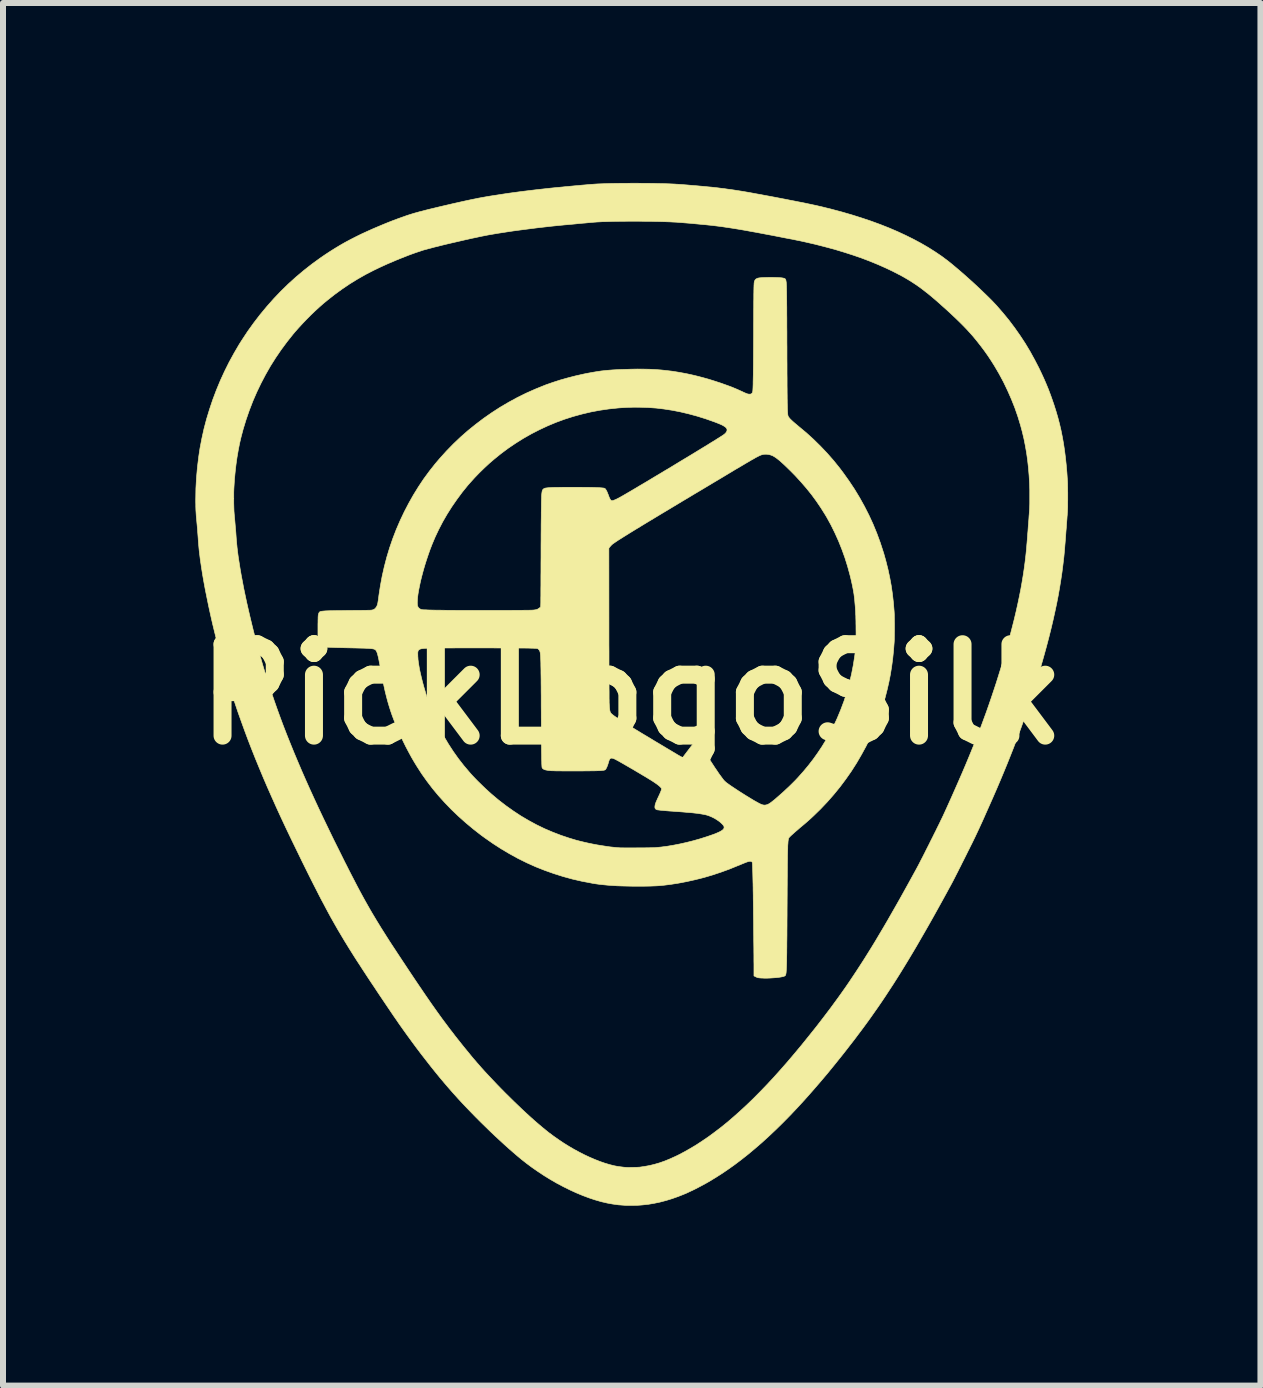
<source format=kicad_pcb>
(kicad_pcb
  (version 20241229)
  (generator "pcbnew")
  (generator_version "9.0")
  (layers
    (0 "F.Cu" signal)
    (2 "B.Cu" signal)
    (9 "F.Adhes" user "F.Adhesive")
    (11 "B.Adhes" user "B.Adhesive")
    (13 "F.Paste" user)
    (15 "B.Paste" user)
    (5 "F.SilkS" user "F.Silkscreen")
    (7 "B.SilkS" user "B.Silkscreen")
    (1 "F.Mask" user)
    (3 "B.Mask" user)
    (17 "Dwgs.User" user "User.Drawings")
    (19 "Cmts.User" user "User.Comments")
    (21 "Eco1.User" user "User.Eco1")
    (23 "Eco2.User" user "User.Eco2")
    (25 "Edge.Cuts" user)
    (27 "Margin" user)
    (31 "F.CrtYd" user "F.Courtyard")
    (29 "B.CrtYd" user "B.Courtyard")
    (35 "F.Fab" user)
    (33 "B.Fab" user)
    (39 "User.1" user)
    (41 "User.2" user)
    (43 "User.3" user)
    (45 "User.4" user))
  (footprint "PickLogoSilk"
    (layer "F.Cu")
    (at 7.482 8.525)
    (property "Reference" "PickLogoSilk" (at 0 0 0) (layer "F.SilkS") (effects (font (size 1.524 1.524) (thickness 0.3))))
    (attr through_hole)
    (fp_poly (pts (xy 0.157 -8.519) (xy 0.231 -8.519) (xy 0.304 -8.518) (xy 0.376 -8.517) (xy 0.445 -8.515) (xy 0.512 -8.514) (xy 0.576 -8.512) (xy 0.636 -8.51) (xy 0.652 -8.509) (xy 0.677 -8.508) (xy 0.701 -8.507) (xy 0.723 -8.506) (xy 0.746 -8.504) (xy 0.769 -8.503) (xy 0.794 -8.501) (xy 0.822 -8.499) (xy 0.853 -8.497) (xy 0.888 -8.494) (xy 0.928 -8.491) (xy 0.959 -8.488) (xy 1.028 -8.482) (xy 1.093 -8.477) (xy 1.155 -8.471) (xy 1.215 -8.466) (xy 1.273 -8.46) (xy 1.329 -8.455) (xy 1.384 -8.449) (xy 1.437 -8.443) (xy 1.49 -8.436) (xy 1.543 -8.43) (xy 1.597 -8.422) (xy 1.651 -8.415) (xy 1.706 -8.407) (xy 1.762 -8.398) (xy 1.821 -8.389) (xy 1.881 -8.379) (xy 1.945 -8.368) (xy 2.011 -8.356) (xy 2.081 -8.343) (xy 2.155 -8.33) (xy 2.233 -8.315) (xy 2.316 -8.3) (xy 2.405 -8.283) (xy 2.498 -8.265) (xy 2.567 -8.252) (xy 2.641 -8.237) (xy 2.71 -8.224) (xy 2.774 -8.211) (xy 2.832 -8.2) (xy 2.887 -8.189) (xy 2.938 -8.178) (xy 2.986 -8.168) (xy 3.032 -8.158) (xy 3.075 -8.149) (xy 3.117 -8.139) (xy 3.158 -8.13) (xy 3.198 -8.12) (xy 3.238 -8.11) (xy 3.279 -8.1) (xy 3.321 -8.09) (xy 3.327 -8.088) (xy 3.5 -8.042) (xy 3.669 -7.993) (xy 3.831 -7.942) (xy 3.989 -7.889) (xy 4.142 -7.833) (xy 4.289 -7.775) (xy 4.431 -7.714) (xy 4.567 -7.651) (xy 4.698 -7.586) (xy 4.823 -7.519) (xy 4.942 -7.45) (xy 5.056 -7.378) (xy 5.164 -7.305) (xy 5.266 -7.229) (xy 5.285 -7.214) (xy 5.331 -7.177) (xy 5.379 -7.137) (xy 5.43 -7.094) (xy 5.483 -7.049) (xy 5.537 -7.002) (xy 5.592 -6.953) (xy 5.648 -6.903) (xy 5.703 -6.853) (xy 5.757 -6.803) (xy 5.81 -6.753) (xy 5.861 -6.704) (xy 5.91 -6.657) (xy 5.957 -6.611) (xy 6 -6.568) (xy 6.039 -6.527) (xy 6.074 -6.49) (xy 6.084 -6.479) (xy 6.19 -6.357) (xy 6.29 -6.235) (xy 6.384 -6.11) (xy 6.474 -5.982) (xy 6.56 -5.851) (xy 6.641 -5.716) (xy 6.718 -5.576) (xy 6.785 -5.447) (xy 6.83 -5.353) (xy 6.872 -5.262) (xy 6.911 -5.172) (xy 6.948 -5.082) (xy 6.983 -4.989) (xy 7.002 -4.936) (xy 7.039 -4.829) (xy 7.073 -4.722) (xy 7.104 -4.616) (xy 7.132 -4.509) (xy 7.157 -4.402) (xy 7.179 -4.292) (xy 7.199 -4.18) (xy 7.216 -4.066) (xy 7.231 -3.948) (xy 7.244 -3.825) (xy 7.255 -3.698) (xy 7.264 -3.566) (xy 7.265 -3.551) (xy 7.266 -3.53) (xy 7.267 -3.504) (xy 7.267 -3.473) (xy 7.268 -3.439) (xy 7.268 -3.402) (xy 7.269 -3.362) (xy 7.269 -3.322) (xy 7.269 -3.281) (xy 7.269 -3.241) (xy 7.268 -3.202) (xy 7.268 -3.164) (xy 7.268 -3.13) (xy 7.267 -3.1) (xy 7.266 -3.074) (xy 7.265 -3.054) (xy 7.265 -3.051) (xy 7.264 -3.036) (xy 7.262 -3.015) (xy 7.261 -2.989) (xy 7.258 -2.959) (xy 7.256 -2.924) (xy 7.253 -2.887) (xy 7.25 -2.848) (xy 7.247 -2.806) (xy 7.244 -2.763) (xy 7.24 -2.72) (xy 7.237 -2.677) (xy 7.234 -2.635) (xy 7.231 -2.595) (xy 7.228 -2.556) (xy 7.225 -2.52) (xy 7.222 -2.488) (xy 7.22 -2.46) (xy 7.218 -2.436) (xy 7.217 -2.418) (xy 7.205 -2.292) (xy 7.19 -2.165) (xy 7.174 -2.038) (xy 7.155 -1.91) (xy 7.134 -1.78) (xy 7.111 -1.648) (xy 7.085 -1.514) (xy 7.056 -1.378) (xy 7.025 -1.238) (xy 6.991 -1.094) (xy 6.954 -0.946) (xy 6.914 -0.794) (xy 6.871 -0.638) (xy 6.838 -0.522) (xy 6.799 -0.386) (xy 6.759 -0.253) (xy 6.719 -0.122) (xy 6.679 0.007) (xy 6.637 0.134) (xy 6.595 0.261) (xy 6.552 0.387) (xy 6.507 0.513) (xy 6.461 0.64) (xy 6.413 0.767) (xy 6.364 0.896) (xy 6.312 1.027) (xy 6.259 1.16) (xy 6.203 1.296) (xy 6.145 1.435) (xy 6.084 1.578) (xy 6.02 1.725) (xy 5.953 1.876) (xy 5.9 1.995) (xy 5.878 2.045) (xy 5.858 2.09) (xy 5.839 2.132) (xy 5.821 2.171) (xy 5.804 2.208) (xy 5.788 2.243) (xy 5.772 2.277) (xy 5.756 2.311) (xy 5.74 2.345) (xy 5.724 2.379) (xy 5.707 2.414) (xy 5.689 2.451) (xy 5.67 2.49) (xy 5.649 2.531) (xy 5.627 2.576) (xy 5.602 2.625) (xy 5.576 2.678) (xy 5.547 2.736) (xy 5.534 2.762) (xy 5.506 2.817) (xy 5.482 2.866) (xy 5.459 2.91) (xy 5.439 2.951) (xy 5.42 2.988) (xy 5.403 3.021) (xy 5.387 3.053) (xy 5.372 3.082) (xy 5.358 3.109) (xy 5.344 3.136) (xy 5.33 3.162) (xy 5.316 3.188) (xy 5.301 3.215) (xy 5.286 3.242) (xy 5.27 3.272) (xy 5.263 3.285) (xy 5.183 3.431) (xy 5.105 3.572) (xy 5.03 3.707) (xy 4.956 3.838) (xy 4.884 3.964) (xy 4.814 4.085) (xy 4.746 4.203) (xy 4.679 4.316) (xy 4.613 4.426) (xy 4.548 4.533) (xy 4.484 4.637) (xy 4.42 4.739) (xy 4.357 4.838) (xy 4.294 4.934) (xy 4.232 5.029) (xy 4.169 5.123) (xy 4.106 5.215) (xy 4.042 5.306) (xy 3.978 5.397) (xy 3.913 5.487) (xy 3.847 5.577) (xy 3.779 5.667) (xy 3.711 5.758) (xy 3.64 5.849) (xy 3.568 5.942) (xy 3.517 6.007) (xy 3.387 6.169) (xy 3.259 6.326) (xy 3.132 6.476) (xy 3.007 6.62) (xy 2.884 6.759) (xy 2.762 6.892) (xy 2.641 7.02) (xy 2.521 7.142) (xy 2.403 7.258) (xy 2.285 7.369) (xy 2.169 7.475) (xy 2.053 7.575) (xy 1.938 7.671) (xy 1.824 7.761) (xy 1.71 7.847) (xy 1.597 7.927) (xy 1.484 8.003) (xy 1.371 8.074) (xy 1.259 8.141) (xy 1.147 8.202) (xy 1.045 8.255) (xy 0.981 8.285) (xy 0.922 8.313) (xy 0.863 8.338) (xy 0.805 8.361) (xy 0.746 8.383) (xy 0.684 8.405) (xy 0.676 8.408) (xy 0.575 8.439) (xy 0.476 8.465) (xy 0.377 8.486) (xy 0.278 8.503) (xy 0.177 8.514) (xy 0.124 8.518) (xy 0.109 8.519) (xy 0.09 8.52) (xy 0.066 8.52) (xy 0.039 8.521) (xy 0.011 8.521) (xy -0.018 8.521) (xy -0.046 8.521) (xy -0.072 8.521) (xy -0.096 8.521) (xy -0.115 8.52) (xy -0.127 8.519) (xy -0.222 8.512) (xy -0.316 8.499) (xy -0.41 8.482) (xy -0.505 8.46) (xy -0.602 8.432) (xy -0.61 8.43) (xy -0.712 8.396) (xy -0.816 8.357) (xy -0.922 8.313) (xy -1.029 8.264) (xy -1.136 8.211) (xy -1.244 8.154) (xy -1.35 8.093) (xy -1.456 8.028) (xy -1.559 7.96) (xy -1.66 7.89) (xy -1.758 7.817) (xy -1.773 7.805) (xy -1.837 7.755) (xy -1.903 7.7) (xy -1.973 7.64) (xy -2.045 7.577) (xy -2.12 7.51) (xy -2.196 7.44) (xy -2.274 7.368) (xy -2.353 7.293) (xy -2.432 7.216) (xy -2.512 7.138) (xy -2.591 7.059) (xy -2.669 6.979) (xy -2.747 6.898) (xy -2.823 6.818) (xy -2.897 6.738) (xy -2.968 6.659) (xy -2.985 6.64) (xy -3.054 6.561) (xy -3.126 6.477) (xy -3.2 6.389) (xy -3.275 6.297) (xy -3.352 6.201) (xy -3.429 6.102) (xy -3.507 6.002) (xy -3.585 5.899) (xy -3.661 5.796) (xy -3.737 5.692) (xy -3.811 5.589) (xy -3.879 5.493) (xy -3.917 5.437) (xy -3.959 5.377) (xy -4.003 5.312) (xy -4.049 5.244) (xy -4.097 5.173) (xy -4.146 5.1) (xy -4.196 5.026) (xy -4.246 4.951) (xy -4.296 4.875) (xy -4.346 4.801) (xy -4.395 4.727) (xy -4.442 4.655) (xy -4.488 4.585) (xy -4.531 4.518) (xy -4.572 4.456) (xy -4.583 4.439) (xy -4.627 4.37) (xy -4.669 4.303) (xy -4.71 4.238) (xy -4.75 4.173) (xy -4.79 4.108) (xy -4.828 4.044) (xy -4.866 3.98) (xy -4.904 3.916) (xy -4.941 3.851) (xy -4.979 3.784) (xy -5.017 3.717) (xy -5.055 3.647) (xy -5.093 3.576) (xy -5.132 3.502) (xy -5.173 3.426) (xy -5.214 3.347) (xy -5.256 3.264) (xy -5.3 3.178) (xy -5.346 3.087) (xy -5.393 2.993) (xy -5.442 2.894) (xy -5.494 2.789) (xy -5.547 2.68) (xy -5.582 2.608) (xy -5.673 2.421) (xy -5.76 2.239) (xy -5.843 2.062) (xy -5.923 1.888) (xy -5.999 1.718) (xy -6.073 1.551) (xy -6.143 1.388) (xy -6.21 1.227) (xy -6.275 1.069) (xy -6.337 0.913) (xy -6.397 0.758) (xy -6.454 0.605) (xy -6.509 0.453) (xy -6.563 0.302) (xy -6.614 0.151) (xy -6.663 0.000272) (xy -6.711 -0.151) (xy -6.732 -0.221) (xy -6.772 -0.354) (xy -6.811 -0.491) (xy -6.85 -0.629) (xy -6.887 -0.77) (xy -6.923 -0.911) (xy -6.958 -1.052) (xy -6.992 -1.193) (xy -7.024 -1.334) (xy -7.054 -1.472) (xy -7.082 -1.609) (xy -7.109 -1.742) (xy -7.133 -1.872) (xy -7.155 -1.998) (xy -7.174 -2.119) (xy -7.183 -2.18) (xy -7.19 -2.227) (xy -7.196 -2.272) (xy -7.201 -2.314) (xy -7.206 -2.354) (xy -7.211 -2.395) (xy -7.215 -2.437) (xy -7.219 -2.481) (xy -7.223 -2.529) (xy -7.227 -2.581) (xy -7.228 -2.599) (xy -7.231 -2.64) (xy -7.234 -2.678) (xy -7.237 -2.713) (xy -7.239 -2.746) (xy -7.242 -2.78) (xy -7.245 -2.816) (xy -7.249 -2.856) (xy -7.253 -2.9) (xy -7.253 -2.9) (xy -7.257 -2.94) (xy -7.26 -2.976) (xy -7.262 -3.008) (xy -7.264 -3.039) (xy -7.266 -3.069) (xy -7.267 -3.099) (xy -7.268 -3.13) (xy -7.268 -3.164) (xy -7.269 -3.202) (xy -7.269 -3.246) (xy -7.269 -3.253) (xy -7.268 -3.298) (xy -6.635 -3.298) (xy -6.635 -3.26) (xy -6.635 -3.222) (xy -6.635 -3.184) (xy -6.634 -3.147) (xy -6.633 -3.112) (xy -6.632 -3.08) (xy -6.631 -3.052) (xy -6.629 -3.028) (xy -6.628 -3.013) (xy -6.619 -2.916) (xy -6.611 -2.822) (xy -6.603 -2.732) (xy -6.599 -2.681) (xy -6.596 -2.636) (xy -6.593 -2.596) (xy -6.59 -2.561) (xy -6.587 -2.53) (xy -6.585 -2.502) (xy -6.582 -2.476) (xy -6.58 -2.451) (xy -6.577 -2.427) (xy -6.574 -2.402) (xy -6.572 -2.383) (xy -6.56 -2.292) (xy -6.545 -2.196) (xy -6.529 -2.095) (xy -6.511 -1.99) (xy -6.49 -1.88) (xy -6.469 -1.768) (xy -6.445 -1.653) (xy -6.42 -1.535) (xy -6.393 -1.416) (xy -6.365 -1.296) (xy -6.336 -1.175) (xy -6.306 -1.053) (xy -6.275 -0.932) (xy -6.243 -0.813) (xy -6.211 -0.694) (xy -6.18 -0.586) (xy -6.14 -0.448) (xy -6.097 -0.31) (xy -6.054 -0.172) (xy -6.008 -0.034) (xy -5.961 0.105) (xy -5.912 0.244) (xy -5.861 0.385) (xy -5.808 0.527) (xy -5.752 0.671) (xy -5.694 0.816) (xy -5.634 0.964) (xy -5.571 1.114) (xy -5.506 1.267) (xy -5.438 1.422) (xy -5.367 1.581) (xy -5.293 1.743) (xy -5.216 1.909) (xy -5.136 2.078) (xy -5.052 2.252) (xy -4.966 2.43) (xy -4.875 2.612) (xy -4.782 2.8) (xy -4.756 2.85) (xy -4.716 2.93) (xy -4.677 3.006) (xy -4.639 3.079) (xy -4.603 3.149) (xy -4.568 3.216) (xy -4.533 3.282) (xy -4.499 3.345) (xy -4.465 3.407) (xy -4.431 3.468) (xy -4.397 3.528) (xy -4.363 3.588) (xy -4.328 3.648) (xy -4.292 3.708) (xy -4.255 3.77) (xy -4.217 3.832) (xy -4.178 3.896) (xy -4.136 3.962) (xy -4.093 4.03) (xy -4.048 4.101) (xy -4 4.175) (xy -3.949 4.252) (xy -3.896 4.333) (xy -3.84 4.418) (xy -3.78 4.508) (xy -3.736 4.575) (xy -3.672 4.671) (xy -3.611 4.762) (xy -3.553 4.848) (xy -3.498 4.929) (xy -3.445 5.007) (xy -3.394 5.081) (xy -3.345 5.152) (xy -3.297 5.22) (xy -3.251 5.285) (xy -3.205 5.349) (xy -3.161 5.41) (xy -3.116 5.47) (xy -3.072 5.529) (xy -3.029 5.587) (xy -2.984 5.644) (xy -2.94 5.702) (xy -2.894 5.76) (xy -2.847 5.819) (xy -2.8 5.878) (xy -2.75 5.939) (xy -2.717 5.979) (xy -2.687 6.016) (xy -2.66 6.049) (xy -2.635 6.079) (xy -2.61 6.107) (xy -2.586 6.136) (xy -2.56 6.165) (xy -2.532 6.197) (xy -2.515 6.217) (xy -2.452 6.287) (xy -2.386 6.358) (xy -2.318 6.43) (xy -2.249 6.503) (xy -2.178 6.576) (xy -2.107 6.648) (xy -2.035 6.719) (xy -1.963 6.79) (xy -1.891 6.859) (xy -1.821 6.926) (xy -1.751 6.991) (xy -1.683 7.053) (xy -1.617 7.112) (xy -1.553 7.167) (xy -1.492 7.219) (xy -1.434 7.266) (xy -1.386 7.305) (xy -1.304 7.366) (xy -1.22 7.425) (xy -1.135 7.482) (xy -1.048 7.536) (xy -0.961 7.587) (xy -0.874 7.634) (xy -0.786 7.679) (xy -0.7 7.719) (xy -0.614 7.756) (xy -0.53 7.789) (xy -0.449 7.817) (xy -0.369 7.841) (xy -0.293 7.86) (xy -0.247 7.869) (xy -0.222 7.873) (xy -0.192 7.877) (xy -0.16 7.881) (xy -0.128 7.885) (xy -0.098 7.887) (xy -0.09 7.888) (xy -0.078 7.888) (xy -0.061 7.889) (xy -0.039 7.889) (xy -0.015 7.888) (xy 0.011 7.888) (xy 0.037 7.887) (xy 0.062 7.887) (xy 0.086 7.886) (xy 0.106 7.885) (xy 0.121 7.884) (xy 0.129 7.884) (xy 0.212 7.872) (xy 0.295 7.857) (xy 0.378 7.837) (xy 0.461 7.813) (xy 0.544 7.784) (xy 0.63 7.749) (xy 0.717 7.71) (xy 0.772 7.684) (xy 0.873 7.631) (xy 0.974 7.574) (xy 1.076 7.513) (xy 1.178 7.446) (xy 1.281 7.376) (xy 1.384 7.3) (xy 1.489 7.22) (xy 1.594 7.135) (xy 1.7 7.044) (xy 1.807 6.949) (xy 1.915 6.849) (xy 2.025 6.743) (xy 2.135 6.632) (xy 2.247 6.516) (xy 2.36 6.395) (xy 2.475 6.267) (xy 2.591 6.135) (xy 2.709 5.996) (xy 2.829 5.852) (xy 2.95 5.702) (xy 3.074 5.547) (xy 3.186 5.402) (xy 3.252 5.315) (xy 3.317 5.229) (xy 3.38 5.143) (xy 3.443 5.057) (xy 3.505 4.97) (xy 3.567 4.882) (xy 3.628 4.793) (xy 3.689 4.702) (xy 3.75 4.61) (xy 3.811 4.516) (xy 3.873 4.42) (xy 3.935 4.321) (xy 3.998 4.22) (xy 4.062 4.115) (xy 4.126 4.007) (xy 4.192 3.896) (xy 4.26 3.78) (xy 4.328 3.661) (xy 4.399 3.537) (xy 4.472 3.408) (xy 4.546 3.275) (xy 4.623 3.136) (xy 4.702 2.992) (xy 4.706 2.985) (xy 4.723 2.954) (xy 4.739 2.925) (xy 4.754 2.897) (xy 4.769 2.869) (xy 4.784 2.841) (xy 4.799 2.812) (xy 4.814 2.782) (xy 4.83 2.751) (xy 4.848 2.717) (xy 4.866 2.681) (xy 4.886 2.642) (xy 4.907 2.599) (xy 4.931 2.552) (xy 4.957 2.501) (xy 4.985 2.444) (xy 4.991 2.432) (xy 5.019 2.377) (xy 5.044 2.326) (xy 5.067 2.281) (xy 5.087 2.239) (xy 5.106 2.201) (xy 5.123 2.167) (xy 5.139 2.134) (xy 5.153 2.104) (xy 5.167 2.076) (xy 5.18 2.049) (xy 5.193 2.022) (xy 5.205 1.995) (xy 5.218 1.968) (xy 5.23 1.94) (xy 5.244 1.911) (xy 5.251 1.895) (xy 5.32 1.742) (xy 5.386 1.593) (xy 5.449 1.45) (xy 5.51 1.31) (xy 5.568 1.174) (xy 5.623 1.042) (xy 5.676 0.912) (xy 5.727 0.786) (xy 5.776 0.661) (xy 5.823 0.539) (xy 5.868 0.417) (xy 5.912 0.297) (xy 5.954 0.177) (xy 5.995 0.058) (xy 6.035 -0.062) (xy 6.075 -0.183) (xy 6.113 -0.304) (xy 6.151 -0.427) (xy 6.188 -0.552) (xy 6.225 -0.679) (xy 6.226 -0.684) (xy 6.268 -0.833) (xy 6.307 -0.976) (xy 6.343 -1.115) (xy 6.377 -1.249) (xy 6.408 -1.379) (xy 6.436 -1.505) (xy 6.462 -1.628) (xy 6.486 -1.748) (xy 6.507 -1.866) (xy 6.526 -1.981) (xy 6.543 -2.095) (xy 6.558 -2.207) (xy 6.571 -2.319) (xy 6.582 -2.424) (xy 6.583 -2.441) (xy 6.585 -2.463) (xy 6.587 -2.491) (xy 6.59 -2.522) (xy 6.593 -2.558) (xy 6.596 -2.596) (xy 6.599 -2.636) (xy 6.602 -2.679) (xy 6.606 -2.722) (xy 6.609 -2.766) (xy 6.612 -2.81) (xy 6.616 -2.853) (xy 6.619 -2.895) (xy 6.622 -2.934) (xy 6.624 -2.971) (xy 6.627 -3.005) (xy 6.629 -3.035) (xy 6.631 -3.06) (xy 6.632 -3.08) (xy 6.633 -3.091) (xy 6.634 -3.114) (xy 6.635 -3.142) (xy 6.636 -3.175) (xy 6.636 -3.211) (xy 6.636 -3.25) (xy 6.636 -3.29) (xy 6.636 -3.33) (xy 6.636 -3.37) (xy 6.636 -3.408) (xy 6.635 -3.444) (xy 6.634 -3.477) (xy 6.633 -3.505) (xy 6.633 -3.51) (xy 6.625 -3.646) (xy 6.614 -3.777) (xy 6.6 -3.903) (xy 6.583 -4.025) (xy 6.562 -4.144) (xy 6.539 -4.26) (xy 6.512 -4.374) (xy 6.484 -4.478) (xy 6.439 -4.627) (xy 6.388 -4.774) (xy 6.33 -4.92) (xy 6.267 -5.063) (xy 6.199 -5.205) (xy 6.125 -5.343) (xy 6.046 -5.478) (xy 6 -5.551) (xy 5.942 -5.639) (xy 5.88 -5.727) (xy 5.815 -5.813) (xy 5.749 -5.897) (xy 5.687 -5.972) (xy 5.638 -6.027) (xy 5.585 -6.085) (xy 5.528 -6.144) (xy 5.466 -6.206) (xy 5.399 -6.271) (xy 5.327 -6.339) (xy 5.25 -6.41) (xy 5.168 -6.483) (xy 5.134 -6.514) (xy 5.07 -6.57) (xy 5.009 -6.622) (xy 4.951 -6.67) (xy 4.895 -6.714) (xy 4.841 -6.756) (xy 4.788 -6.795) (xy 4.736 -6.831) (xy 4.683 -6.866) (xy 4.629 -6.9) (xy 4.574 -6.933) (xy 4.517 -6.966) (xy 4.456 -6.998) (xy 4.392 -7.031) (xy 4.356 -7.05) (xy 4.234 -7.108) (xy 4.105 -7.165) (xy 3.971 -7.22) (xy 3.832 -7.273) (xy 3.687 -7.323) (xy 3.537 -7.371) (xy 3.382 -7.418) (xy 3.221 -7.461) (xy 3.057 -7.503) (xy 2.887 -7.542) (xy 2.815 -7.558) (xy 2.8 -7.561) (xy 2.786 -7.564) (xy 2.77 -7.567) (xy 2.754 -7.57) (xy 2.736 -7.574) (xy 2.715 -7.578) (xy 2.693 -7.583) (xy 2.668 -7.588) (xy 2.639 -7.593) (xy 2.607 -7.599) (xy 2.571 -7.606) (xy 2.53 -7.614) (xy 2.485 -7.623) (xy 2.434 -7.633) (xy 2.378 -7.644) (xy 2.353 -7.649) (xy 2.251 -7.668) (xy 2.156 -7.686) (xy 2.066 -7.703) (xy 1.981 -7.718) (xy 1.901 -7.733) (xy 1.826 -7.746) (xy 1.754 -7.758) (xy 1.686 -7.769) (xy 1.621 -7.779) (xy 1.559 -7.788) (xy 1.5 -7.797) (xy 1.443 -7.804) (xy 1.388 -7.811) (xy 1.354 -7.815) (xy 1.319 -7.819) (xy 1.278 -7.823) (xy 1.234 -7.828) (xy 1.185 -7.832) (xy 1.135 -7.837) (xy 1.082 -7.842) (xy 1.03 -7.847) (xy 0.977 -7.852) (xy 0.926 -7.856) (xy 0.876 -7.86) (xy 0.83 -7.864) (xy 0.788 -7.867) (xy 0.751 -7.87) (xy 0.735 -7.871) (xy 0.687 -7.873) (xy 0.635 -7.876) (xy 0.578 -7.878) (xy 0.518 -7.88) (xy 0.454 -7.882) (xy 0.387 -7.883) (xy 0.318 -7.885) (xy 0.248 -7.885) (xy 0.176 -7.886) (xy 0.104 -7.887) (xy 0.032 -7.887) (xy -0.04 -7.887) (xy -0.111 -7.886) (xy -0.181 -7.886) (xy -0.248 -7.885) (xy -0.313 -7.884) (xy -0.374 -7.882) (xy -0.432 -7.88) (xy -0.486 -7.879) (xy -0.536 -7.876) (xy -0.58 -7.874) (xy -0.618 -7.871) (xy -0.622 -7.871) (xy -0.643 -7.869) (xy -0.669 -7.867) (xy -0.7 -7.864) (xy -0.735 -7.861) (xy -0.773 -7.857) (xy -0.814 -7.854) (xy -0.857 -7.85) (xy -0.901 -7.846) (xy -0.946 -7.841) (xy -0.99 -7.837) (xy -1.034 -7.833) (xy -1.076 -7.829) (xy -1.116 -7.826) (xy -1.153 -7.822) (xy -1.187 -7.819) (xy -1.216 -7.816) (xy -1.24 -7.814) (xy -1.257 -7.812) (xy -1.362 -7.801) (xy -1.467 -7.789) (xy -1.572 -7.777) (xy -1.675 -7.764) (xy -1.776 -7.751) (xy -1.876 -7.738) (xy -1.972 -7.725) (xy -2.066 -7.711) (xy -2.156 -7.697) (xy -2.241 -7.684) (xy -2.322 -7.67) (xy -2.397 -7.657) (xy -2.457 -7.645) (xy -2.504 -7.636) (xy -2.555 -7.625) (xy -2.61 -7.613) (xy -2.669 -7.601) (xy -2.73 -7.587) (xy -2.793 -7.573) (xy -2.858 -7.558) (xy -2.923 -7.543) (xy -2.988 -7.528) (xy -3.053 -7.513) (xy -3.116 -7.498) (xy -3.177 -7.483) (xy -3.235 -7.468) (xy -3.29 -7.455) (xy -3.341 -7.441) (xy -3.387 -7.429) (xy -3.427 -7.418) (xy -3.433 -7.417) (xy -3.482 -7.403) (xy -3.535 -7.385) (xy -3.593 -7.366) (xy -3.655 -7.344) (xy -3.72 -7.32) (xy -3.786 -7.294) (xy -3.855 -7.267) (xy -3.924 -7.239) (xy -3.993 -7.209) (xy -4.063 -7.18) (xy -4.131 -7.149) (xy -4.197 -7.119) (xy -4.261 -7.088) (xy -4.297 -7.071) (xy -4.435 -7) (xy -4.57 -6.923) (xy -4.703 -6.841) (xy -4.833 -6.753) (xy -4.959 -6.661) (xy -5.08 -6.565) (xy -5.141 -6.515) (xy -5.21 -6.454) (xy -5.281 -6.389) (xy -5.352 -6.321) (xy -5.422 -6.25) (xy -5.49 -6.179) (xy -5.556 -6.107) (xy -5.618 -6.037) (xy -5.647 -6.002) (xy -5.748 -5.875) (xy -5.845 -5.744) (xy -5.937 -5.609) (xy -6.024 -5.471) (xy -6.105 -5.329) (xy -6.181 -5.184) (xy -6.252 -5.036) (xy -6.317 -4.886) (xy -6.376 -4.733) (xy -6.43 -4.577) (xy -6.478 -4.42) (xy -6.513 -4.288) (xy -6.538 -4.181) (xy -6.56 -4.068) (xy -6.58 -3.952) (xy -6.597 -3.832) (xy -6.611 -3.709) (xy -6.623 -3.585) (xy -6.631 -3.459) (xy -6.633 -3.425) (xy -6.634 -3.399) (xy -6.635 -3.368) (xy -6.635 -3.334) (xy -6.635 -3.298) (xy -7.268 -3.298) (xy -7.266 -3.432) (xy -7.256 -3.61) (xy -7.24 -3.789) (xy -7.218 -3.968) (xy -7.198 -4.101) (xy -7.167 -4.263) (xy -7.131 -4.426) (xy -7.088 -4.589) (xy -7.039 -4.75) (xy -6.985 -4.911) (xy -6.925 -5.07) (xy -6.86 -5.227) (xy -6.789 -5.382) (xy -6.713 -5.535) (xy -6.631 -5.685) (xy -6.545 -5.832) (xy -6.5 -5.903) (xy -6.404 -6.049) (xy -6.302 -6.191) (xy -6.196 -6.329) (xy -6.085 -6.463) (xy -5.97 -6.593) (xy -5.851 -6.718) (xy -5.727 -6.839) (xy -5.599 -6.955) (xy -5.467 -7.066) (xy -5.332 -7.172) (xy -5.193 -7.273) (xy -5.11 -7.33) (xy -5.026 -7.385) (xy -4.943 -7.437) (xy -4.86 -7.487) (xy -4.776 -7.535) (xy -4.69 -7.581) (xy -4.602 -7.626) (xy -4.511 -7.671) (xy -4.415 -7.715) (xy -4.315 -7.76) (xy -4.242 -7.791) (xy -4.152 -7.829) (xy -4.064 -7.865) (xy -3.98 -7.898) (xy -3.899 -7.928) (xy -3.821 -7.956) (xy -3.748 -7.982) (xy -3.679 -8.004) (xy -3.616 -8.023) (xy -3.586 -8.031) (xy -3.54 -8.044) (xy -3.488 -8.057) (xy -3.432 -8.072) (xy -3.372 -8.087) (xy -3.309 -8.102) (xy -3.243 -8.118) (xy -3.176 -8.134) (xy -3.107 -8.15) (xy -3.038 -8.166) (xy -2.97 -8.182) (xy -2.902 -8.197) (xy -2.836 -8.212) (xy -2.773 -8.226) (xy -2.712 -8.239) (xy -2.656 -8.251) (xy -2.604 -8.261) (xy -2.557 -8.271) (xy -2.54 -8.274) (xy -2.452 -8.29) (xy -2.359 -8.306) (xy -2.261 -8.321) (xy -2.159 -8.337) (xy -2.052 -8.353) (xy -1.942 -8.368) (xy -1.83 -8.383) (xy -1.715 -8.397) (xy -1.599 -8.411) (xy -1.482 -8.424) (xy -1.365 -8.437) (xy -1.248 -8.449) (xy -1.235 -8.45) (xy -1.211 -8.452) (xy -1.182 -8.455) (xy -1.149 -8.458) (xy -1.113 -8.462) (xy -1.075 -8.465) (xy -1.035 -8.469) (xy -0.994 -8.473) (xy -0.952 -8.477) (xy -0.911 -8.48) (xy -0.87 -8.484) (xy -0.831 -8.488) (xy -0.794 -8.491) (xy -0.76 -8.494) (xy -0.73 -8.497) (xy -0.703 -8.499) (xy -0.682 -8.501) (xy -0.665 -8.502) (xy -0.662 -8.502) (xy -0.622 -8.505) (xy -0.577 -8.508) (xy -0.526 -8.51) (xy -0.471 -8.512) (xy -0.411 -8.514) (xy -0.347 -8.516) (xy -0.281 -8.517) (xy -0.211 -8.518) (xy -0.14 -8.519) (xy -0.067 -8.519) (xy 0.007 -8.52) (xy 0.082 -8.52) (xy 0.157 -8.519)) (stroke (width 0.01) (type solid)) (fill yes) (layer "F.SilkS"))
    (fp_poly (pts (xy 2.352 -6.95) (xy 2.387 -6.949) (xy 2.42 -6.948) (xy 2.45 -6.947) (xy 2.478 -6.945) (xy 2.501 -6.943) (xy 2.52 -6.94) (xy 2.524 -6.939) (xy 2.541 -6.935) (xy 2.553 -6.93) (xy 2.561 -6.923) (xy 2.567 -6.913) (xy 2.571 -6.899) (xy 2.574 -6.88) (xy 2.575 -6.876) (xy 2.576 -6.868) (xy 2.577 -6.858) (xy 2.577 -6.847) (xy 2.578 -6.834) (xy 2.579 -6.818) (xy 2.58 -6.801) (xy 2.58 -6.781) (xy 2.581 -6.758) (xy 2.581 -6.733) (xy 2.582 -6.704) (xy 2.582 -6.672) (xy 2.583 -6.637) (xy 2.583 -6.598) (xy 2.584 -6.555) (xy 2.584 -6.508) (xy 2.585 -6.456) (xy 2.585 -6.4) (xy 2.585 -6.339) (xy 2.586 -6.274) (xy 2.586 -6.203) (xy 2.586 -6.127) (xy 2.587 -6.045) (xy 2.587 -5.957) (xy 2.587 -5.864) (xy 2.588 -5.791) (xy 2.588 -5.69) (xy 2.588 -5.595) (xy 2.589 -5.506) (xy 2.589 -5.423) (xy 2.589 -5.345) (xy 2.59 -5.272) (xy 2.59 -5.205) (xy 2.59 -5.143) (xy 2.591 -5.085) (xy 2.591 -5.033) (xy 2.592 -4.984) (xy 2.592 -4.94) (xy 2.593 -4.899) (xy 2.593 -4.863) (xy 2.594 -4.83) (xy 2.595 -4.8) (xy 2.595 -4.774) (xy 2.596 -4.75) (xy 2.597 -4.729) (xy 2.598 -4.711) (xy 2.599 -4.696) (xy 2.6 -4.682) (xy 2.601 -4.671) (xy 2.602 -4.661) (xy 2.604 -4.653) (xy 2.605 -4.646) (xy 2.606 -4.641) (xy 2.608 -4.637) (xy 2.609 -4.633) (xy 2.618 -4.62) (xy 2.63 -4.604) (xy 2.646 -4.586) (xy 2.667 -4.566) (xy 2.692 -4.543) (xy 2.722 -4.517) (xy 2.757 -4.488) (xy 2.785 -4.464) (xy 2.91 -4.36) (xy 3.03 -4.251) (xy 3.146 -4.137) (xy 3.258 -4.019) (xy 3.366 -3.896) (xy 3.469 -3.768) (xy 3.524 -3.695) (xy 3.621 -3.559) (xy 3.713 -3.421) (xy 3.799 -3.279) (xy 3.879 -3.135) (xy 3.954 -2.988) (xy 4.023 -2.838) (xy 4.086 -2.685) (xy 4.143 -2.53) (xy 4.194 -2.373) (xy 4.201 -2.352) (xy 4.239 -2.216) (xy 4.273 -2.08) (xy 4.302 -1.944) (xy 4.327 -1.808) (xy 4.347 -1.669) (xy 4.363 -1.527) (xy 4.375 -1.382) (xy 4.376 -1.367) (xy 4.377 -1.347) (xy 4.378 -1.321) (xy 4.378 -1.291) (xy 4.379 -1.257) (xy 4.379 -1.22) (xy 4.38 -1.181) (xy 4.38 -1.14) (xy 4.38 -1.099) (xy 4.38 -1.059) (xy 4.379 -1.02) (xy 4.379 -0.983) (xy 4.378 -0.949) (xy 4.378 -0.918) (xy 4.377 -0.892) (xy 4.376 -0.872) (xy 4.376 -0.872) (xy 4.365 -0.729) (xy 4.351 -0.592) (xy 4.333 -0.458) (xy 4.312 -0.328) (xy 4.287 -0.2) (xy 4.258 -0.074) (xy 4.226 0.051) (xy 4.189 0.176) (xy 4.163 0.257) (xy 4.108 0.412) (xy 4.047 0.564) (xy 3.981 0.713) (xy 3.91 0.86) (xy 3.832 1.003) (xy 3.75 1.144) (xy 3.662 1.282) (xy 3.569 1.415) (xy 3.471 1.546) (xy 3.368 1.672) (xy 3.26 1.795) (xy 3.148 1.913) (xy 3.031 2.027) (xy 2.987 2.068) (xy 2.957 2.095) (xy 2.923 2.125) (xy 2.885 2.158) (xy 2.842 2.194) (xy 2.808 2.222) (xy 2.784 2.243) (xy 2.759 2.265) (xy 2.734 2.286) (xy 2.71 2.307) (xy 2.688 2.327) (xy 2.668 2.345) (xy 2.651 2.36) (xy 2.639 2.373) (xy 2.636 2.375) (xy 2.626 2.386) (xy 2.62 2.394) (xy 2.616 2.401) (xy 2.613 2.41) (xy 2.612 2.418) (xy 2.61 2.426) (xy 2.609 2.436) (xy 2.607 2.447) (xy 2.606 2.461) (xy 2.605 2.476) (xy 2.604 2.493) (xy 2.602 2.513) (xy 2.601 2.536) (xy 2.601 2.562) (xy 2.6 2.59) (xy 2.599 2.622) (xy 2.598 2.657) (xy 2.597 2.696) (xy 2.597 2.739) (xy 2.596 2.787) (xy 2.595 2.838) (xy 2.595 2.894) (xy 2.594 2.955) (xy 2.594 3.021) (xy 2.593 3.092) (xy 2.593 3.168) (xy 2.592 3.25) (xy 2.592 3.338) (xy 2.591 3.432) (xy 2.591 3.485) (xy 2.59 3.588) (xy 2.59 3.685) (xy 2.589 3.776) (xy 2.589 3.862) (xy 2.588 3.941) (xy 2.588 4.016) (xy 2.587 4.085) (xy 2.586 4.149) (xy 2.586 4.208) (xy 2.585 4.263) (xy 2.585 4.313) (xy 2.584 4.359) (xy 2.583 4.401) (xy 2.583 4.439) (xy 2.582 4.474) (xy 2.581 4.505) (xy 2.58 4.532) (xy 2.579 4.557) (xy 2.578 4.578) (xy 2.577 4.597) (xy 2.576 4.613) (xy 2.575 4.627) (xy 2.574 4.639) (xy 2.573 4.649) (xy 2.571 4.656) (xy 2.568 4.673) (xy 2.563 4.685) (xy 2.556 4.693) (xy 2.546 4.699) (xy 2.544 4.699) (xy 2.528 4.705) (xy 2.506 4.71) (xy 2.479 4.715) (xy 2.446 4.72) (xy 2.409 4.724) (xy 2.368 4.727) (xy 2.323 4.73) (xy 2.307 4.731) (xy 2.28 4.732) (xy 2.258 4.733) (xy 2.24 4.733) (xy 2.224 4.733) (xy 2.209 4.733) (xy 2.193 4.732) (xy 2.176 4.731) (xy 2.16 4.731) (xy 2.136 4.729) (xy 2.118 4.727) (xy 2.102 4.724) (xy 2.089 4.72) (xy 2.076 4.714) (xy 2.063 4.708) (xy 2.038 4.695) (xy 2.038 4.63) (xy 2.038 4.605) (xy 2.038 4.574) (xy 2.038 4.538) (xy 2.038 4.497) (xy 2.037 4.452) (xy 2.037 4.402) (xy 2.037 4.348) (xy 2.036 4.292) (xy 2.036 4.232) (xy 2.035 4.17) (xy 2.034 4.106) (xy 2.034 4.041) (xy 2.033 3.975) (xy 2.032 3.908) (xy 2.032 3.841) (xy 2.031 3.774) (xy 2.03 3.708) (xy 2.029 3.643) (xy 2.029 3.58) (xy 2.028 3.519) (xy 2.027 3.461) (xy 2.026 3.405) (xy 2.026 3.353) (xy 2.025 3.305) (xy 2.024 3.261) (xy 2.024 3.221) (xy 2.023 3.187) (xy 2.023 3.159) (xy 2.022 3.146) (xy 2.021 3.102) (xy 2.02 3.059) (xy 2.019 3.018) (xy 2.018 2.979) (xy 2.017 2.942) (xy 2.016 2.909) (xy 2.015 2.88) (xy 2.014 2.854) (xy 2.013 2.834) (xy 2.012 2.818) (xy 2.011 2.808) (xy 2.01 2.804) (xy 2.004 2.794) (xy 1.994 2.787) (xy 1.979 2.784) (xy 1.976 2.784) (xy 1.968 2.784) (xy 1.959 2.786) (xy 1.949 2.788) (xy 1.937 2.791) (xy 1.922 2.796) (xy 1.905 2.802) (xy 1.885 2.81) (xy 1.86 2.82) (xy 1.831 2.832) (xy 1.798 2.846) (xy 1.774 2.855) (xy 1.63 2.914) (xy 1.487 2.966) (xy 1.345 3.013) (xy 1.203 3.055) (xy 1.06 3.091) (xy 0.916 3.123) (xy 0.769 3.151) (xy 0.697 3.162) (xy 0.646 3.17) (xy 0.597 3.176) (xy 0.55 3.182) (xy 0.503 3.187) (xy 0.457 3.191) (xy 0.409 3.194) (xy 0.36 3.196) (xy 0.308 3.198) (xy 0.252 3.199) (xy 0.191 3.2) (xy 0.125 3.2) (xy 0.121 3.2) (xy 0.021 3.2) (xy -0.073 3.198) (xy -0.161 3.196) (xy -0.244 3.193) (xy -0.323 3.188) (xy -0.397 3.183) (xy -0.468 3.176) (xy -0.535 3.169) (xy -0.599 3.16) (xy -0.661 3.15) (xy -0.664 3.149) (xy -0.827 3.118) (xy -0.988 3.081) (xy -1.145 3.038) (xy -1.3 2.989) (xy -1.452 2.935) (xy -1.601 2.876) (xy -1.748 2.81) (xy -1.892 2.739) (xy -2.034 2.661) (xy -2.174 2.578) (xy -2.312 2.489) (xy -2.448 2.394) (xy -2.51 2.349) (xy -2.642 2.246) (xy -2.769 2.14) (xy -2.89 2.032) (xy -3.005 1.922) (xy -3.115 1.808) (xy -3.22 1.692) (xy -3.319 1.573) (xy -3.412 1.451) (xy -3.501 1.326) (xy -3.584 1.197) (xy -3.619 1.14) (xy -3.67 1.053) (xy -3.72 0.961) (xy -3.77 0.866) (xy -3.817 0.77) (xy -3.863 0.673) (xy -3.905 0.577) (xy -3.944 0.483) (xy -3.971 0.413) (xy -3.995 0.349) (xy -4.017 0.285) (xy -4.038 0.22) (xy -4.058 0.154) (xy -4.077 0.086) (xy -4.095 0.016) (xy -4.113 -0.057) (xy -4.13 -0.134) (xy -4.147 -0.215) (xy -4.164 -0.3) (xy -4.182 -0.392) (xy -4.193 -0.452) (xy -4.201 -0.502) (xy -4.21 -0.545) (xy -4.217 -0.583) (xy -4.224 -0.616) (xy -4.231 -0.644) (xy -4.237 -0.668) (xy -4.239 -0.675) (xy -3.567 -0.675) (xy -3.567 -0.654) (xy -3.566 -0.631) (xy -3.564 -0.606) (xy -3.563 -0.582) (xy -3.56 -0.559) (xy -3.559 -0.549) (xy -3.55 -0.489) (xy -3.539 -0.423) (xy -3.524 -0.354) (xy -3.507 -0.281) (xy -3.488 -0.205) (xy -3.467 -0.128) (xy -3.444 -0.05) (xy -3.42 0.029) (xy -3.394 0.107) (xy -3.367 0.184) (xy -3.339 0.259) (xy -3.31 0.331) (xy -3.281 0.401) (xy -3.264 0.44) (xy -3.2 0.572) (xy -3.131 0.702) (xy -3.056 0.829) (xy -2.976 0.952) (xy -2.89 1.073) (xy -2.798 1.191) (xy -2.701 1.305) (xy -2.683 1.326) (xy -2.648 1.364) (xy -2.609 1.405) (xy -2.567 1.448) (xy -2.523 1.491) (xy -2.478 1.535) (xy -2.434 1.577) (xy -2.39 1.617) (xy -2.349 1.654) (xy -2.338 1.664) (xy -2.219 1.764) (xy -2.097 1.858) (xy -1.973 1.946) (xy -1.847 2.029) (xy -1.718 2.105) (xy -1.587 2.176) (xy -1.453 2.241) (xy -1.317 2.299) (xy -1.179 2.352) (xy -1.039 2.399) (xy -0.929 2.432) (xy -0.863 2.449) (xy -0.793 2.466) (xy -0.722 2.482) (xy -0.649 2.497) (xy -0.575 2.511) (xy -0.502 2.523) (xy -0.431 2.534) (xy -0.362 2.544) (xy -0.296 2.551) (xy -0.235 2.557) (xy -0.202 2.559) (xy -0.189 2.56) (xy -0.172 2.56) (xy -0.149 2.56) (xy -0.121 2.561) (xy -0.09 2.561) (xy -0.056 2.561) (xy -0.02 2.561) (xy 0.019 2.561) (xy 0.059 2.561) (xy 0.099 2.56) (xy 0.139 2.56) (xy 0.178 2.56) (xy 0.216 2.56) (xy 0.252 2.559) (xy 0.286 2.559) (xy 0.316 2.558) (xy 0.342 2.558) (xy 0.364 2.557) (xy 0.381 2.557) (xy 0.391 2.556) (xy 0.488 2.547) (xy 0.59 2.534) (xy 0.696 2.516) (xy 0.804 2.495) (xy 0.915 2.47) (xy 1.026 2.442) (xy 1.139 2.41) (xy 1.253 2.374) (xy 1.297 2.359) (xy 1.346 2.342) (xy 1.39 2.326) (xy 1.427 2.31) (xy 1.459 2.296) (xy 1.485 2.282) (xy 1.506 2.269) (xy 1.522 2.256) (xy 1.532 2.245) (xy 1.539 2.23) (xy 1.54 2.214) (xy 1.536 2.198) (xy 1.536 2.198) (xy 1.525 2.182) (xy 1.509 2.164) (xy 1.489 2.145) (xy 1.466 2.125) (xy 1.44 2.106) (xy 1.411 2.087) (xy 1.382 2.069) (xy 1.354 2.055) (xy 1.336 2.046) (xy 1.317 2.038) (xy 1.298 2.03) (xy 1.279 2.023) (xy 1.258 2.016) (xy 1.236 2.01) (xy 1.213 2.005) (xy 1.187 2) (xy 1.158 1.995) (xy 1.127 1.99) (xy 1.093 1.985) (xy 1.054 1.981) (xy 1.012 1.976) (xy 0.966 1.972) (xy 0.915 1.968) (xy 0.86 1.963) (xy 0.798 1.958) (xy 0.731 1.954) (xy 0.673 1.949) (xy 0.637 1.947) (xy 0.601 1.944) (xy 0.566 1.941) (xy 0.534 1.938) (xy 0.504 1.935) (xy 0.477 1.933) (xy 0.455 1.93) (xy 0.437 1.928) (xy 0.429 1.927) (xy 0.412 1.922) (xy 0.399 1.913) (xy 0.39 1.901) (xy 0.386 1.885) (xy 0.387 1.865) (xy 0.391 1.84) (xy 0.4 1.812) (xy 0.402 1.807) (xy 0.407 1.794) (xy 0.414 1.778) (xy 0.423 1.758) (xy 0.432 1.737) (xy 0.442 1.717) (xy 0.443 1.714) (xy 0.459 1.68) (xy 0.472 1.651) (xy 0.482 1.627) (xy 0.49 1.607) (xy 0.495 1.591) (xy 0.495 1.588) (xy 0.497 1.579) (xy 0.496 1.571) (xy 0.492 1.562) (xy 0.483 1.552) (xy 0.471 1.54) (xy 0.471 1.54) (xy 0.459 1.529) (xy 0.446 1.518) (xy 0.429 1.505) (xy 0.41 1.491) (xy 0.388 1.476) (xy 0.363 1.459) (xy 0.334 1.44) (xy 0.301 1.42) (xy 0.264 1.397) (xy 0.223 1.372) (xy 0.177 1.345) (xy 0.127 1.315) (xy 0.071 1.282) (xy 0.011 1.246) (xy 0.008 1.245) (xy -0.04 1.217) (xy -0.083 1.192) (xy -0.121 1.17) (xy -0.154 1.151) (xy -0.184 1.134) (xy -0.21 1.119) (xy -0.232 1.107) (xy -0.251 1.097) (xy -0.267 1.088) (xy -0.281 1.081) (xy -0.293 1.076) (xy -0.302 1.072) (xy -0.311 1.069) (xy -0.318 1.067) (xy -0.325 1.066) (xy -0.329 1.065) (xy -0.341 1.065) (xy -0.35 1.067) (xy -0.359 1.073) (xy -0.367 1.082) (xy -0.374 1.095) (xy -0.381 1.114) (xy -0.388 1.137) (xy -0.392 1.151) (xy -0.399 1.173) (xy -0.407 1.195) (xy -0.415 1.215) (xy -0.424 1.233) (xy -0.432 1.247) (xy -0.439 1.256) (xy -0.439 1.257) (xy -0.443 1.259) (xy -0.449 1.262) (xy -0.456 1.264) (xy -0.467 1.267) (xy -0.479 1.268) (xy -0.495 1.27) (xy -0.513 1.272) (xy -0.536 1.273) (xy -0.561 1.274) (xy -0.591 1.275) (xy -0.625 1.276) (xy -0.664 1.276) (xy -0.708 1.277) (xy -0.756 1.277) (xy -0.81 1.278) (xy -0.87 1.278) (xy -0.936 1.278) (xy -0.962 1.278) (xy -1.021 1.278) (xy -1.074 1.278) (xy -1.121 1.278) (xy -1.163 1.278) (xy -1.201 1.277) (xy -1.234 1.277) (xy -1.263 1.277) (xy -1.288 1.276) (xy -1.31 1.275) (xy -1.33 1.275) (xy -1.347 1.274) (xy -1.362 1.272) (xy -1.376 1.271) (xy -1.389 1.27) (xy -1.4 1.268) (xy -1.411 1.266) (xy -1.418 1.265) (xy -1.446 1.259) (xy -1.467 1.25) (xy -1.483 1.239) (xy -1.493 1.226) (xy -1.494 1.224) (xy -1.495 1.22) (xy -1.496 1.213) (xy -1.497 1.203) (xy -1.498 1.189) (xy -1.499 1.172) (xy -1.5 1.151) (xy -1.5 1.127) (xy -1.501 1.098) (xy -1.502 1.065) (xy -1.502 1.028) (xy -1.503 0.987) (xy -1.504 0.94) (xy -1.504 0.889) (xy -1.505 0.833) (xy -1.505 0.772) (xy -1.506 0.705) (xy -1.506 0.633) (xy -1.507 0.555) (xy -1.507 0.471) (xy -1.508 0.381) (xy -1.508 0.292) (xy -1.509 0.198) (xy -1.509 0.109) (xy -1.509 0.027) (xy -1.51 -0.049) (xy -1.51 -0.121) (xy -1.511 -0.186) (xy -1.511 -0.247) (xy -1.512 -0.303) (xy -1.513 -0.354) (xy -1.513 -0.401) (xy -1.514 -0.443) (xy -1.515 -0.482) (xy -1.515 -0.517) (xy -1.516 -0.548) (xy -1.517 -0.575) (xy -1.518 -0.6) (xy -1.519 -0.621) (xy -1.52 -0.64) (xy -1.521 -0.656) (xy -1.523 -0.67) (xy -1.524 -0.682) (xy -1.525 -0.692) (xy -1.527 -0.7) (xy -1.529 -0.707) (xy -1.53 -0.712) (xy -1.54 -0.733) (xy -1.552 -0.749) (xy -1.565 -0.759) (xy -1.567 -0.76) (xy -1.57 -0.762) (xy -1.575 -0.763) (xy -1.582 -0.764) (xy -1.591 -0.765) (xy -1.601 -0.766) (xy -1.615 -0.766) (xy -1.63 -0.767) (xy -1.649 -0.768) (xy -1.67 -0.768) (xy -1.695 -0.769) (xy -1.723 -0.77) (xy -1.755 -0.77) (xy -1.791 -0.771) (xy -1.83 -0.771) (xy -1.874 -0.771) (xy -1.922 -0.772) (xy -1.975 -0.772) (xy -2.033 -0.772) (xy -2.096 -0.772) (xy -2.164 -0.772) (xy -2.237 -0.772) (xy -2.317 -0.773) (xy -2.402 -0.773) (xy -2.493 -0.773) (xy -2.526 -0.773) (xy -2.619 -0.773) (xy -2.706 -0.773) (xy -2.787 -0.773) (xy -2.862 -0.773) (xy -2.932 -0.773) (xy -2.997 -0.772) (xy -3.057 -0.772) (xy -3.112 -0.772) (xy -3.162 -0.772) (xy -3.208 -0.771) (xy -3.25 -0.771) (xy -3.287 -0.77) (xy -3.322 -0.77) (xy -3.352 -0.769) (xy -3.379 -0.769) (xy -3.404 -0.768) (xy -3.425 -0.767) (xy -3.444 -0.766) (xy -3.46 -0.765) (xy -3.475 -0.763) (xy -3.487 -0.762) (xy -3.497 -0.76) (xy -3.506 -0.759) (xy -3.514 -0.757) (xy -3.521 -0.755) (xy -3.527 -0.753) (xy -3.532 -0.751) (xy -3.534 -0.75) (xy -3.547 -0.742) (xy -3.556 -0.733) (xy -3.562 -0.722) (xy -3.565 -0.706) (xy -3.566 -0.704) (xy -3.567 -0.692) (xy -3.567 -0.675) (xy -4.239 -0.675) (xy -4.243 -0.688) (xy -4.25 -0.705) (xy -4.256 -0.718) (xy -4.262 -0.729) (xy -4.269 -0.737) (xy -4.277 -0.743) (xy -4.282 -0.747) (xy -4.289 -0.75) (xy -4.298 -0.754) (xy -4.31 -0.756) (xy -4.324 -0.759) (xy -4.342 -0.761) (xy -4.363 -0.763) (xy -4.388 -0.765) (xy -4.417 -0.766) (xy -4.451 -0.768) (xy -4.491 -0.769) (xy -4.536 -0.77) (xy -4.577 -0.771) (xy -4.614 -0.772) (xy -4.656 -0.773) (xy -4.7 -0.774) (xy -4.745 -0.775) (xy -4.789 -0.776) (xy -4.83 -0.777) (xy -4.863 -0.778) (xy -4.92 -0.779) (xy -4.972 -0.781) (xy -5.018 -0.783) (xy -5.059 -0.784) (xy -5.094 -0.786) (xy -5.124 -0.788) (xy -5.149 -0.79) (xy -5.169 -0.793) (xy -5.185 -0.795) (xy -5.197 -0.798) (xy -5.198 -0.798) (xy -5.208 -0.802) (xy -5.215 -0.809) (xy -5.221 -0.819) (xy -5.225 -0.834) (xy -5.227 -0.845) (xy -5.228 -0.853) (xy -5.228 -0.867) (xy -5.229 -0.887) (xy -5.23 -0.91) (xy -5.23 -0.937) (xy -5.231 -0.967) (xy -5.231 -1) (xy -5.231 -1.034) (xy -5.231 -1.069) (xy -5.231 -1.104) (xy -5.231 -1.138) (xy -5.231 -1.172) (xy -5.23 -1.203) (xy -5.23 -1.232) (xy -5.229 -1.258) (xy -5.229 -1.28) (xy -5.228 -1.297) (xy -5.227 -1.309) (xy -5.227 -1.313) (xy -5.222 -1.338) (xy -5.215 -1.357) (xy -5.206 -1.37) (xy -5.2 -1.375) (xy -5.195 -1.377) (xy -5.189 -1.38) (xy -5.181 -1.382) (xy -5.172 -1.384) (xy -5.161 -1.385) (xy -5.147 -1.387) (xy -5.131 -1.388) (xy -5.111 -1.39) (xy -5.088 -1.391) (xy -5.062 -1.392) (xy -5.031 -1.393) (xy -4.997 -1.393) (xy -4.957 -1.394) (xy -4.913 -1.395) (xy -4.864 -1.395) (xy -4.809 -1.396) (xy -4.748 -1.397) (xy -4.701 -1.397) (xy -4.645 -1.398) (xy -4.593 -1.398) (xy -4.545 -1.399) (xy -4.501 -1.399) (xy -4.462 -1.4) (xy -4.428 -1.4) (xy -4.398 -1.401) (xy -4.374 -1.401) (xy -4.356 -1.402) (xy -4.344 -1.403) (xy -4.338 -1.403) (xy -4.312 -1.409) (xy -4.291 -1.419) (xy -4.274 -1.434) (xy -4.259 -1.453) (xy -4.253 -1.462) (xy -4.249 -1.471) (xy -4.245 -1.48) (xy -4.241 -1.49) (xy -4.237 -1.503) (xy -4.234 -1.518) (xy -4.231 -1.534) (xy -3.575 -1.534) (xy -3.575 -1.521) (xy -3.574 -1.503) (xy -3.573 -1.49) (xy -3.572 -1.481) (xy -3.57 -1.473) (xy -3.567 -1.466) (xy -3.564 -1.46) (xy -3.557 -1.446) (xy -3.547 -1.436) (xy -3.534 -1.426) (xy -3.519 -1.418) (xy -3.514 -1.416) (xy -3.51 -1.414) (xy -3.504 -1.412) (xy -3.497 -1.411) (xy -3.488 -1.41) (xy -3.476 -1.409) (xy -3.46 -1.408) (xy -3.439 -1.408) (xy -3.413 -1.407) (xy -3.408 -1.406) (xy -3.374 -1.405) (xy -3.336 -1.404) (xy -3.293 -1.403) (xy -3.246 -1.402) (xy -3.195 -1.402) (xy -3.139 -1.401) (xy -3.078 -1.4) (xy -3.013 -1.4) (xy -2.942 -1.399) (xy -2.865 -1.399) (xy -2.784 -1.399) (xy -2.696 -1.399) (xy -2.603 -1.398) (xy -2.504 -1.398) (xy -2.4 -1.399) (xy -2.296 -1.399) (xy -2.213 -1.399) (xy -2.136 -1.399) (xy -2.064 -1.399) (xy -1.998 -1.399) (xy -1.937 -1.4) (xy -1.882 -1.4) (xy -1.833 -1.4) (xy -1.789 -1.401) (xy -1.752 -1.401) (xy -1.72 -1.401) (xy -1.695 -1.402) (xy -1.675 -1.402) (xy -1.662 -1.403) (xy -1.657 -1.403) (xy -1.631 -1.405) (xy -1.61 -1.408) (xy -1.594 -1.411) (xy -1.58 -1.415) (xy -1.568 -1.42) (xy -1.557 -1.427) (xy -1.545 -1.435) (xy -1.543 -1.436) (xy -1.518 -1.456) (xy -1.516 -1.532) (xy -1.516 -1.543) (xy -1.516 -1.56) (xy -1.516 -1.583) (xy -1.516 -1.611) (xy -1.515 -1.644) (xy -1.515 -1.682) (xy -1.515 -1.723) (xy -1.515 -1.768) (xy -1.514 -1.817) (xy -1.514 -1.869) (xy -1.514 -1.923) (xy -1.514 -1.979) (xy -1.513 -2.038) (xy -1.513 -2.098) (xy -1.513 -2.158) (xy -1.513 -2.184) (xy -1.512 -2.29) (xy -1.512 -2.391) (xy -1.512 -2.437) (xy -0.381 -2.437) (xy -0.38 -1.172) (xy -0.38 -1.048) (xy -0.38 -0.931) (xy -0.38 -0.821) (xy -0.379 -0.716) (xy -0.379 -0.618) (xy -0.379 -0.526) (xy -0.379 -0.439) (xy -0.379 -0.359) (xy -0.378 -0.285) (xy -0.378 -0.217) (xy -0.378 -0.154) (xy -0.378 -0.098) (xy -0.377 -0.047) (xy -0.377 -0.001) (xy -0.377 0.038) (xy -0.377 0.072) (xy -0.376 0.1) (xy -0.376 0.123) (xy -0.376 0.141) (xy -0.375 0.153) (xy -0.375 0.157) (xy -0.373 0.192) (xy -0.371 0.221) (xy -0.368 0.245) (xy -0.366 0.264) (xy -0.363 0.28) (xy -0.359 0.292) (xy -0.358 0.294) (xy -0.354 0.303) (xy -0.348 0.313) (xy -0.339 0.323) (xy -0.327 0.334) (xy -0.312 0.346) (xy -0.292 0.361) (xy -0.269 0.377) (xy -0.24 0.397) (xy -0.237 0.399) (xy -0.22 0.41) (xy -0.203 0.422) (xy -0.185 0.433) (xy -0.168 0.444) (xy -0.149 0.456) (xy -0.129 0.469) (xy -0.108 0.482) (xy -0.085 0.496) (xy -0.06 0.512) (xy -0.033 0.528) (xy -0.004 0.547) (xy 0.029 0.566) (xy 0.064 0.588) (xy 0.103 0.611) (xy 0.145 0.637) (xy 0.191 0.665) (xy 0.242 0.695) (xy 0.297 0.728) (xy 0.356 0.764) (xy 0.421 0.803) (xy 0.46 0.826) (xy 0.515 0.859) (xy 0.565 0.889) (xy 0.61 0.916) (xy 0.651 0.94) (xy 0.687 0.962) (xy 0.718 0.98) (xy 0.746 0.997) (xy 0.769 1.011) (xy 0.789 1.022) (xy 0.806 1.032) (xy 0.82 1.039) (xy 0.831 1.045) (xy 0.839 1.05) (xy 0.844 1.052) (xy 0.848 1.053) (xy 0.849 1.053) (xy 0.849 1.053) (xy 0.852 1.05) (xy 0.859 1.042) (xy 0.868 1.03) (xy 0.879 1.015) (xy 0.892 0.998) (xy 0.907 0.979) (xy 0.922 0.958) (xy 0.938 0.938) (xy 0.953 0.918) (xy 0.968 0.898) (xy 0.974 0.89) (xy 0.995 0.863) (xy 1.013 0.841) (xy 1.029 0.823) (xy 1.044 0.81) (xy 1.057 0.801) (xy 1.068 0.796) (xy 1.08 0.794) (xy 1.082 0.794) (xy 1.091 0.794) (xy 1.097 0.796) (xy 1.103 0.801) (xy 1.111 0.809) (xy 1.117 0.816) (xy 1.126 0.828) (xy 1.138 0.844) (xy 1.151 0.864) (xy 1.167 0.887) (xy 1.185 0.913) (xy 1.204 0.942) (xy 1.224 0.972) (xy 1.245 1.004) (xy 1.266 1.036) (xy 1.286 1.069) (xy 1.289 1.073) (xy 1.312 1.109) (xy 1.336 1.146) (xy 1.36 1.183) (xy 1.384 1.22) (xy 1.408 1.255) (xy 1.43 1.287) (xy 1.449 1.316) (xy 1.467 1.341) (xy 1.472 1.348) (xy 1.492 1.375) (xy 1.509 1.398) (xy 1.523 1.417) (xy 1.536 1.433) (xy 1.548 1.446) (xy 1.56 1.457) (xy 1.571 1.467) (xy 1.582 1.476) (xy 1.606 1.493) (xy 1.635 1.514) (xy 1.667 1.536) (xy 1.703 1.56) (xy 1.741 1.585) (xy 1.78 1.611) (xy 1.821 1.637) (xy 1.862 1.663) (xy 1.903 1.689) (xy 1.943 1.713) (xy 1.982 1.737) (xy 2.018 1.759) (xy 2.052 1.779) (xy 2.083 1.796) (xy 2.11 1.811) (xy 2.132 1.823) (xy 2.132 1.823) (xy 2.157 1.834) (xy 2.178 1.842) (xy 2.196 1.846) (xy 2.214 1.848) (xy 2.233 1.846) (xy 2.242 1.844) (xy 2.261 1.839) (xy 2.282 1.829) (xy 2.304 1.816) (xy 2.325 1.801) (xy 2.354 1.778) (xy 2.387 1.752) (xy 2.422 1.721) (xy 2.46 1.688) (xy 2.5 1.653) (xy 2.54 1.617) (xy 2.58 1.579) (xy 2.62 1.542) (xy 2.659 1.504) (xy 2.695 1.468) (xy 2.729 1.434) (xy 2.76 1.401) (xy 2.773 1.387) (xy 2.863 1.286) (xy 2.947 1.185) (xy 3.026 1.083) (xy 3.1 0.979) (xy 3.171 0.873) (xy 3.238 0.763) (xy 3.265 0.718) (xy 3.28 0.691) (xy 3.296 0.66) (xy 3.315 0.625) (xy 3.333 0.589) (xy 3.353 0.552) (xy 3.371 0.514) (xy 3.389 0.478) (xy 3.405 0.445) (xy 3.419 0.415) (xy 3.427 0.397) (xy 3.486 0.255) (xy 3.54 0.111) (xy 3.587 -0.036) (xy 3.629 -0.186) (xy 3.665 -0.338) (xy 3.695 -0.492) (xy 3.719 -0.648) (xy 3.723 -0.679) (xy 3.727 -0.708) (xy 3.73 -0.736) (xy 3.733 -0.763) (xy 3.735 -0.791) (xy 3.737 -0.818) (xy 3.738 -0.848) (xy 3.739 -0.879) (xy 3.739 -0.913) (xy 3.74 -0.951) (xy 3.74 -0.992) (xy 3.74 -1.039) (xy 3.739 -1.091) (xy 3.739 -1.095) (xy 3.739 -1.141) (xy 3.738 -1.181) (xy 3.738 -1.216) (xy 3.737 -1.248) (xy 3.736 -1.277) (xy 3.736 -1.304) (xy 3.734 -1.33) (xy 3.733 -1.356) (xy 3.732 -1.383) (xy 3.73 -1.412) (xy 3.728 -1.443) (xy 3.726 -1.47) (xy 3.721 -1.524) (xy 3.717 -1.575) (xy 3.711 -1.624) (xy 3.705 -1.672) (xy 3.697 -1.72) (xy 3.688 -1.768) (xy 3.678 -1.819) (xy 3.666 -1.873) (xy 3.653 -1.93) (xy 3.639 -1.987) (xy 3.599 -2.133) (xy 3.554 -2.277) (xy 3.503 -2.418) (xy 3.448 -2.556) (xy 3.387 -2.691) (xy 3.322 -2.823) (xy 3.252 -2.95) (xy 3.227 -2.992) (xy 3.155 -3.107) (xy 3.079 -3.219) (xy 2.999 -3.328) (xy 2.913 -3.435) (xy 2.822 -3.54) (xy 2.726 -3.645) (xy 2.653 -3.719) (xy 2.609 -3.762) (xy 2.569 -3.801) (xy 2.532 -3.836) (xy 2.499 -3.866) (xy 2.469 -3.893) (xy 2.441 -3.915) (xy 2.416 -3.935) (xy 2.393 -3.951) (xy 2.372 -3.964) (xy 2.353 -3.975) (xy 2.339 -3.981) (xy 2.311 -3.991) (xy 2.281 -3.998) (xy 2.25 -4.002) (xy 2.221 -4.002) (xy 2.195 -4) (xy 2.194 -3.999) (xy 2.187 -3.998) (xy 2.18 -3.996) (xy 2.173 -3.994) (xy 2.166 -3.992) (xy 2.159 -3.99) (xy 2.15 -3.987) (xy 2.142 -3.983) (xy 2.132 -3.979) (xy 2.121 -3.974) (xy 2.108 -3.967) (xy 2.094 -3.96) (xy 2.078 -3.952) (xy 2.06 -3.942) (xy 2.04 -3.93) (xy 2.017 -3.917) (xy 1.991 -3.903) (xy 1.963 -3.886) (xy 1.932 -3.868) (xy 1.897 -3.848) (xy 1.859 -3.825) (xy 1.817 -3.8) (xy 1.771 -3.773) (xy 1.721 -3.744) (xy 1.667 -3.711) (xy 1.608 -3.676) (xy 1.545 -3.638) (xy 1.477 -3.597) (xy 1.403 -3.553) (xy 1.364 -3.53) (xy 1.249 -3.461) (xy 1.139 -3.395) (xy 1.034 -3.333) (xy 0.935 -3.273) (xy 0.84 -3.217) (xy 0.751 -3.163) (xy 0.666 -3.112) (xy 0.585 -3.063) (xy 0.509 -3.018) (xy 0.438 -2.975) (xy 0.37 -2.934) (xy 0.307 -2.896) (xy 0.247 -2.86) (xy 0.191 -2.826) (xy 0.139 -2.794) (xy 0.091 -2.765) (xy 0.045 -2.737) (xy 0.003 -2.711) (xy -0.035 -2.688) (xy -0.071 -2.665) (xy -0.104 -2.645) (xy -0.134 -2.626) (xy -0.161 -2.609) (xy -0.186 -2.593) (xy -0.209 -2.579) (xy -0.229 -2.566) (xy -0.247 -2.554) (xy -0.259 -2.546) (xy -0.281 -2.531) (xy -0.298 -2.519) (xy -0.312 -2.51) (xy -0.323 -2.501) (xy -0.332 -2.493) (xy -0.341 -2.484) (xy -0.349 -2.475) (xy -0.358 -2.465) (xy -0.359 -2.464) (xy -0.381 -2.437) (xy -1.512 -2.437) (xy -1.512 -2.488) (xy -1.511 -2.58) (xy -1.511 -2.667) (xy -1.51 -2.749) (xy -1.51 -2.826) (xy -1.509 -2.898) (xy -1.508 -2.965) (xy -1.508 -3.027) (xy -1.507 -3.083) (xy -1.506 -3.133) (xy -1.506 -3.178) (xy -1.505 -3.217) (xy -1.504 -3.25) (xy -1.503 -3.278) (xy -1.503 -3.299) (xy -1.502 -3.312) (xy -1.5 -3.341) (xy -1.497 -3.364) (xy -1.494 -3.382) (xy -1.49 -3.397) (xy -1.485 -3.407) (xy -1.48 -3.415) (xy -1.479 -3.416) (xy -1.47 -3.424) (xy -1.461 -3.43) (xy -1.459 -3.431) (xy -1.452 -3.434) (xy -1.443 -3.437) (xy -1.43 -3.439) (xy -1.415 -3.441) (xy -1.397 -3.443) (xy -1.375 -3.445) (xy -1.349 -3.446) (xy -1.319 -3.448) (xy -1.284 -3.449) (xy -1.245 -3.449) (xy -1.201 -3.45) (xy -1.151 -3.451) (xy -1.096 -3.451) (xy -1.036 -3.451) (xy -0.981 -3.451) (xy -0.906 -3.451) (xy -0.838 -3.451) (xy -0.776 -3.45) (xy -0.719 -3.45) (xy -0.668 -3.449) (xy -0.623 -3.448) (xy -0.584 -3.446) (xy -0.55 -3.445) (xy -0.521 -3.443) (xy -0.497 -3.441) (xy -0.477 -3.439) (xy -0.463 -3.437) (xy -0.453 -3.434) (xy -0.452 -3.434) (xy -0.442 -3.427) (xy -0.432 -3.414) (xy -0.421 -3.396) (xy -0.409 -3.371) (xy -0.397 -3.341) (xy -0.39 -3.324) (xy -0.38 -3.296) (xy -0.371 -3.274) (xy -0.362 -3.257) (xy -0.355 -3.244) (xy -0.347 -3.235) (xy -0.342 -3.231) (xy -0.334 -3.228) (xy -0.323 -3.228) (xy -0.308 -3.231) (xy -0.29 -3.238) (xy -0.268 -3.247) (xy -0.241 -3.26) (xy -0.21 -3.276) (xy -0.174 -3.296) (xy -0.144 -3.313) (xy -0.108 -3.334) (xy -0.067 -3.358) (xy -0.022 -3.384) (xy 0.025 -3.412) (xy 0.076 -3.442) (xy 0.129 -3.474) (xy 0.185 -3.507) (xy 0.243 -3.541) (xy 0.303 -3.577) (xy 0.364 -3.614) (xy 0.426 -3.651) (xy 0.49 -3.689) (xy 0.554 -3.728) (xy 0.619 -3.766) (xy 0.683 -3.805) (xy 0.747 -3.844) (xy 0.811 -3.883) (xy 0.874 -3.921) (xy 0.936 -3.958) (xy 0.997 -3.995) (xy 1.056 -4.031) (xy 1.113 -4.066) (xy 1.167 -4.099) (xy 1.22 -4.131) (xy 1.269 -4.161) (xy 1.315 -4.19) (xy 1.358 -4.216) (xy 1.397 -4.24) (xy 1.431 -4.262) (xy 1.462 -4.281) (xy 1.488 -4.298) (xy 1.509 -4.311) (xy 1.524 -4.321) (xy 1.548 -4.339) (xy 1.566 -4.356) (xy 1.579 -4.374) (xy 1.587 -4.392) (xy 1.588 -4.395) (xy 1.589 -4.408) (xy 1.588 -4.42) (xy 1.582 -4.432) (xy 1.573 -4.444) (xy 1.559 -4.457) (xy 1.541 -4.469) (xy 1.518 -4.483) (xy 1.489 -4.497) (xy 1.456 -4.511) (xy 1.416 -4.527) (xy 1.374 -4.543) (xy 1.232 -4.593) (xy 1.091 -4.637) (xy 0.951 -4.675) (xy 0.812 -4.708) (xy 0.674 -4.735) (xy 0.538 -4.756) (xy 0.404 -4.772) (xy 0.386 -4.773) (xy 0.274 -4.781) (xy 0.158 -4.785) (xy 0.04 -4.786) (xy -0.077 -4.783) (xy -0.193 -4.776) (xy -0.23 -4.773) (xy -0.382 -4.757) (xy -0.532 -4.735) (xy -0.681 -4.707) (xy -0.829 -4.672) (xy -0.975 -4.632) (xy -1.119 -4.586) (xy -1.261 -4.534) (xy -1.4 -4.476) (xy -1.537 -4.412) (xy -1.672 -4.343) (xy -1.804 -4.268) (xy -1.932 -4.188) (xy -2.058 -4.103) (xy -2.18 -4.012) (xy -2.291 -3.922) (xy -2.375 -3.85) (xy -2.458 -3.773) (xy -2.541 -3.692) (xy -2.62 -3.61) (xy -2.695 -3.527) (xy -2.732 -3.485) (xy -2.826 -3.369) (xy -2.914 -3.25) (xy -2.998 -3.129) (xy -3.077 -3.004) (xy -3.15 -2.878) (xy -3.217 -2.749) (xy -3.279 -2.618) (xy -3.334 -2.487) (xy -3.335 -2.483) (xy -3.36 -2.419) (xy -3.383 -2.354) (xy -3.406 -2.287) (xy -3.428 -2.22) (xy -3.449 -2.153) (xy -3.469 -2.085) (xy -3.487 -2.019) (xy -3.504 -1.954) (xy -3.52 -1.89) (xy -3.533 -1.829) (xy -3.545 -1.77) (xy -3.556 -1.714) (xy -3.564 -1.662) (xy -3.57 -1.615) (xy -3.573 -1.572) (xy -3.575 -1.534) (xy -4.231 -1.534) (xy -4.231 -1.536) (xy -4.227 -1.558) (xy -4.223 -1.584) (xy -4.219 -1.615) (xy -4.215 -1.649) (xy -4.19 -1.811) (xy -4.16 -1.972) (xy -4.124 -2.131) (xy -4.083 -2.288) (xy -4.036 -2.443) (xy -3.983 -2.597) (xy -3.925 -2.748) (xy -3.861 -2.896) (xy -3.792 -3.042) (xy -3.718 -3.184) (xy -3.639 -3.324) (xy -3.555 -3.46) (xy -3.467 -3.592) (xy -3.373 -3.72) (xy -3.275 -3.844) (xy -3.2 -3.932) (xy -3.089 -4.055) (xy -2.973 -4.174) (xy -2.853 -4.288) (xy -2.729 -4.397) (xy -2.6 -4.501) (xy -2.468 -4.601) (xy -2.333 -4.695) (xy -2.194 -4.785) (xy -2.051 -4.869) (xy -1.906 -4.948) (xy -1.758 -5.021) (xy -1.607 -5.088) (xy -1.454 -5.15) (xy -1.429 -5.16) (xy -1.311 -5.201) (xy -1.19 -5.24) (xy -1.066 -5.275) (xy -0.938 -5.308) (xy -0.805 -5.338) (xy -0.748 -5.35) (xy -0.697 -5.359) (xy -0.648 -5.368) (xy -0.601 -5.376) (xy -0.555 -5.383) (xy -0.51 -5.39) (xy -0.464 -5.395) (xy -0.416 -5.4) (xy -0.367 -5.404) (xy -0.316 -5.408) (xy -0.262 -5.411) (xy -0.204 -5.414) (xy -0.141 -5.416) (xy -0.073 -5.418) (xy -0.013 -5.42) (xy 0.096 -5.422) (xy 0.2 -5.421) (xy 0.299 -5.419) (xy 0.396 -5.414) (xy 0.49 -5.407) (xy 0.583 -5.397) (xy 0.676 -5.386) (xy 0.77 -5.371) (xy 0.865 -5.354) (xy 0.927 -5.342) (xy 1.014 -5.323) (xy 1.101 -5.302) (xy 1.188 -5.279) (xy 1.278 -5.254) (xy 1.371 -5.225) (xy 1.469 -5.193) (xy 1.473 -5.192) (xy 1.529 -5.172) (xy 1.58 -5.154) (xy 1.627 -5.137) (xy 1.672 -5.12) (xy 1.715 -5.102) (xy 1.758 -5.084) (xy 1.802 -5.064) (xy 1.84 -5.047) (xy 1.867 -5.034) (xy 1.889 -5.024) (xy 1.907 -5.017) (xy 1.922 -5.011) (xy 1.934 -5.007) (xy 1.945 -5.005) (xy 1.955 -5.004) (xy 1.965 -5.004) (xy 1.969 -5.004) (xy 1.981 -5.005) (xy 1.989 -5.007) (xy 1.996 -5.011) (xy 2 -5.015) (xy 2.007 -5.022) (xy 2.012 -5.029) (xy 2.013 -5.03) (xy 2.015 -5.034) (xy 2.016 -5.04) (xy 2.017 -5.05) (xy 2.019 -5.062) (xy 2.02 -5.077) (xy 2.021 -5.096) (xy 2.022 -5.118) (xy 2.023 -5.144) (xy 2.024 -5.173) (xy 2.024 -5.207) (xy 2.025 -5.244) (xy 2.026 -5.286) (xy 2.027 -5.332) (xy 2.027 -5.383) (xy 2.028 -5.439) (xy 2.029 -5.5) (xy 2.029 -5.565) (xy 2.03 -5.637) (xy 2.03 -5.713) (xy 2.031 -5.795) (xy 2.031 -5.883) (xy 2.032 -5.977) (xy 2.032 -6.078) (xy 2.032 -6.099) (xy 2.032 -6.181) (xy 2.033 -6.256) (xy 2.033 -6.326) (xy 2.033 -6.39) (xy 2.034 -6.448) (xy 2.034 -6.502) (xy 2.034 -6.55) (xy 2.035 -6.594) (xy 2.035 -6.634) (xy 2.035 -6.67) (xy 2.036 -6.702) (xy 2.036 -6.73) (xy 2.037 -6.755) (xy 2.037 -6.777) (xy 2.038 -6.796) (xy 2.038 -6.812) (xy 2.039 -6.827) (xy 2.04 -6.839) (xy 2.04 -6.849) (xy 2.041 -6.858) (xy 2.042 -6.865) (xy 2.043 -6.871) (xy 2.044 -6.877) (xy 2.045 -6.882) (xy 2.047 -6.887) (xy 2.055 -6.905) (xy 2.069 -6.921) (xy 2.088 -6.932) (xy 2.1 -6.937) (xy 2.114 -6.94) (xy 2.132 -6.943) (xy 2.156 -6.945) (xy 2.183 -6.947) (xy 2.214 -6.948) (xy 2.247 -6.949) (xy 2.281 -6.95) (xy 2.317 -6.95) (xy 2.352 -6.95)) (stroke (width 0.01) (type solid)) (fill yes) (layer "F.SilkS")))
  (gr_rect
    (start -3 -3)
    (end 17.964 20.051)
    (stroke (width 0.1) (type default))
    (fill no)
    (layer "Edge.Cuts")))
</source>
